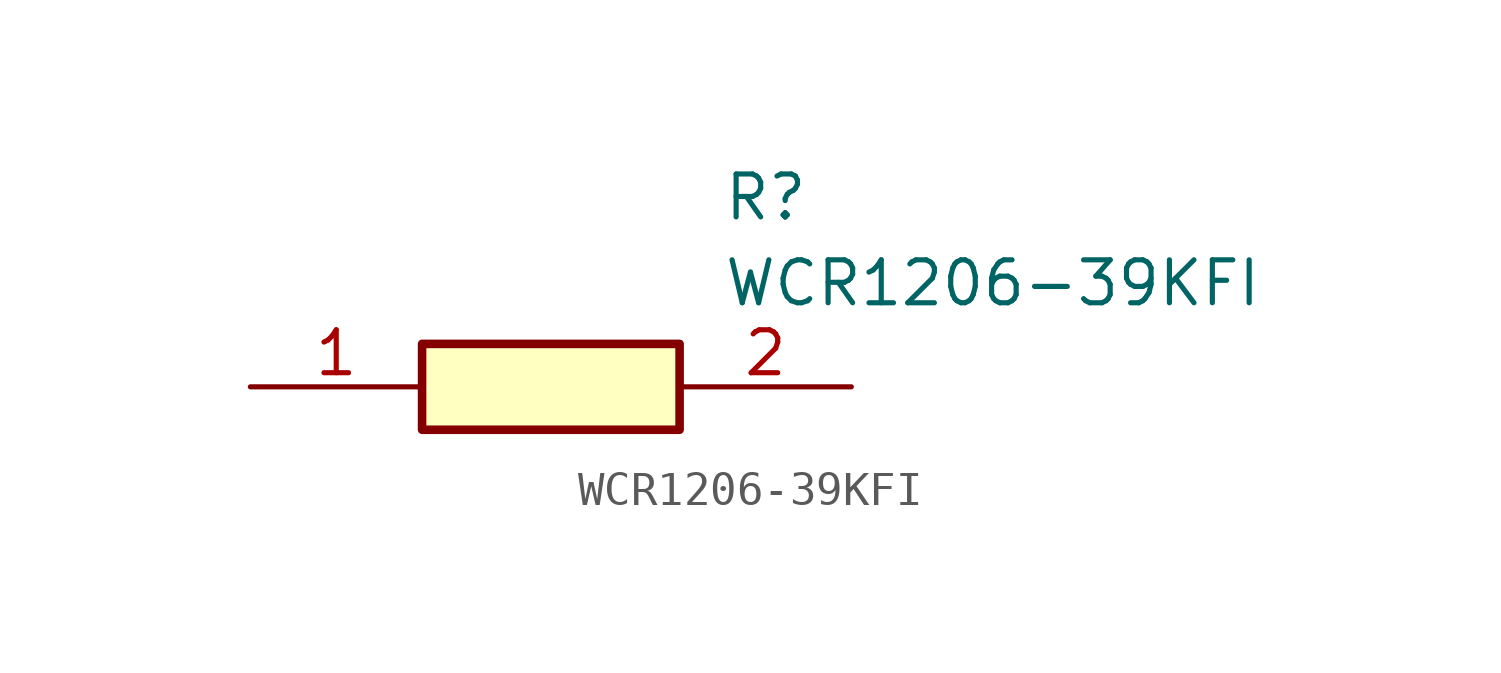
<source format=kicad_sym>
(kicad_symbol_lib
  (version 20211014)
  (generator SamacSys_ECAD_Model)
  (symbol "WCR1206-39KFI"
    (pin_names hide)
    (property "Reference" "R"
      (at 13.97 6.35 0)
      (effects (font (size 1.27 1.27)) (justify left top)))
    (property "Value" "WCR1206-39KFI"
      (at 13.97 3.81 0)
      (effects (font (size 1.27 1.27)) (justify left top)))
    (rectangle
      (start 5.08 1.27)
      (end 12.7 -1.27)
      (stroke (width 0.254) (type default))
      (fill (type background)))
    (pin passive line
      (at 0 0 0)
      (length 5.08)
      (name "1" (effects (font (size 1.27 1.27))))
      (number "1" (effects (font (size 1.27 1.27)))))
    (pin passive line
      (at 17.78 0 180)
      (length 5.08)
      (name "2" (effects (font (size 1.27 1.27))))
      (number "2" (effects (font (size 1.27 1.27)))))))
</source>
